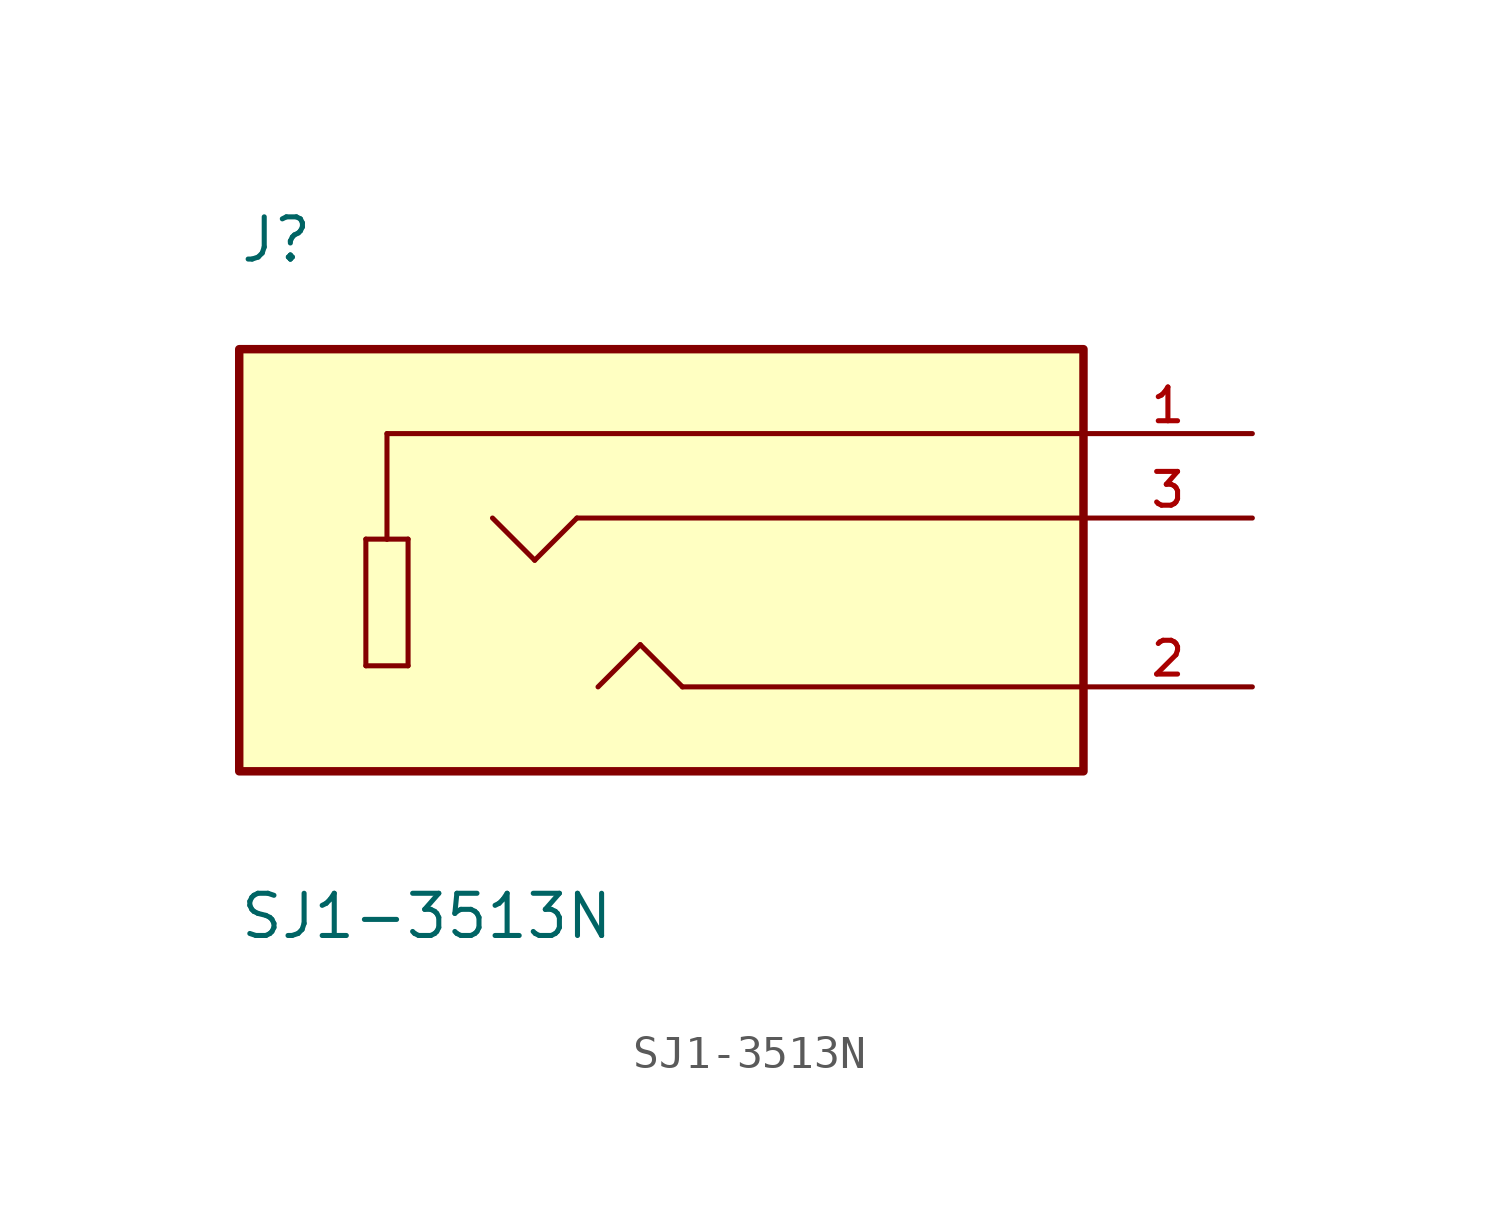
<source format=kicad_sym>
(kicad_symbol_lib
  (version 20211014)
  (generator kicad_symbol_editor)
  (symbol "SJ1-3513N"
    (pin_names
      (offset 1.016))
    (property "Reference" "J"
      (at -12.713 7.628 0)
      (effects (font (size 1.27 1.27)) (justify bottom left)))
    (property "Value" "SJ1-3513N"
      (at -12.723 -12.723 0)
      (effects (font (size 1.27 1.27)) (justify bottom left)))
    (symbol "SJ1-3513N_0_0"
      (polyline (pts (xy 12.7 2.54) (xy -8.255 2.54)) (stroke (width 0.152)))
      (polyline (pts (xy -8.255 2.54) (xy -8.255 -0.635)) (stroke (width 0.152)))
      (polyline (pts (xy -8.255 -0.635) (xy -8.89 -0.635)) (stroke (width 0.152)))
      (polyline (pts (xy -8.89 -0.635) (xy -8.89 -4.445)) (stroke (width 0.152)))
      (polyline (pts (xy -8.89 -4.445) (xy -7.62 -4.445)) (stroke (width 0.152)))
      (polyline (pts (xy -7.62 -4.445) (xy -7.62 -0.635)) (stroke (width 0.152)))
      (polyline (pts (xy -7.62 -0.635) (xy -8.255 -0.635)) (stroke (width 0.152)))
      (polyline (pts (xy 12.7 0.0) (xy -2.54 0.0)) (stroke (width 0.152)))
      (polyline (pts (xy -2.54 0.0) (xy -3.81 -1.27)) (stroke (width 0.152)))
      (polyline (pts (xy -3.81 -1.27) (xy -5.08 0.0)) (stroke (width 0.152)))
      (polyline (pts (xy 12.7 -5.08) (xy 0.635 -5.08)) (stroke (width 0.152)))
      (polyline (pts (xy 0.635 -5.08) (xy -0.635 -3.81)) (stroke (width 0.152)))
      (polyline (pts (xy -0.635 -3.81) (xy -1.905 -5.08)) (stroke (width 0.152)))
      (rectangle (start -12.7 -7.62) (end 12.7 5.08) (stroke (width 0.254)) (fill (type background)))
      (pin passive line (at 17.78 2.54 180.0) (length 5.08) (name "~" (effects (font (size 1.016 1.016)))) (number "1" (effects (font (size 1.016 1.016)))))
      (pin passive line (at 17.78 0.0 180.0) (length 5.08) (name "~" (effects (font (size 1.016 1.016)))) (number "3" (effects (font (size 1.016 1.016)))))
      (pin passive line (at 17.78 -5.08 180.0) (length 5.08) (name "~" (effects (font (size 1.016 1.016)))) (number "2" (effects (font (size 1.016 1.016))))))))
</source>
